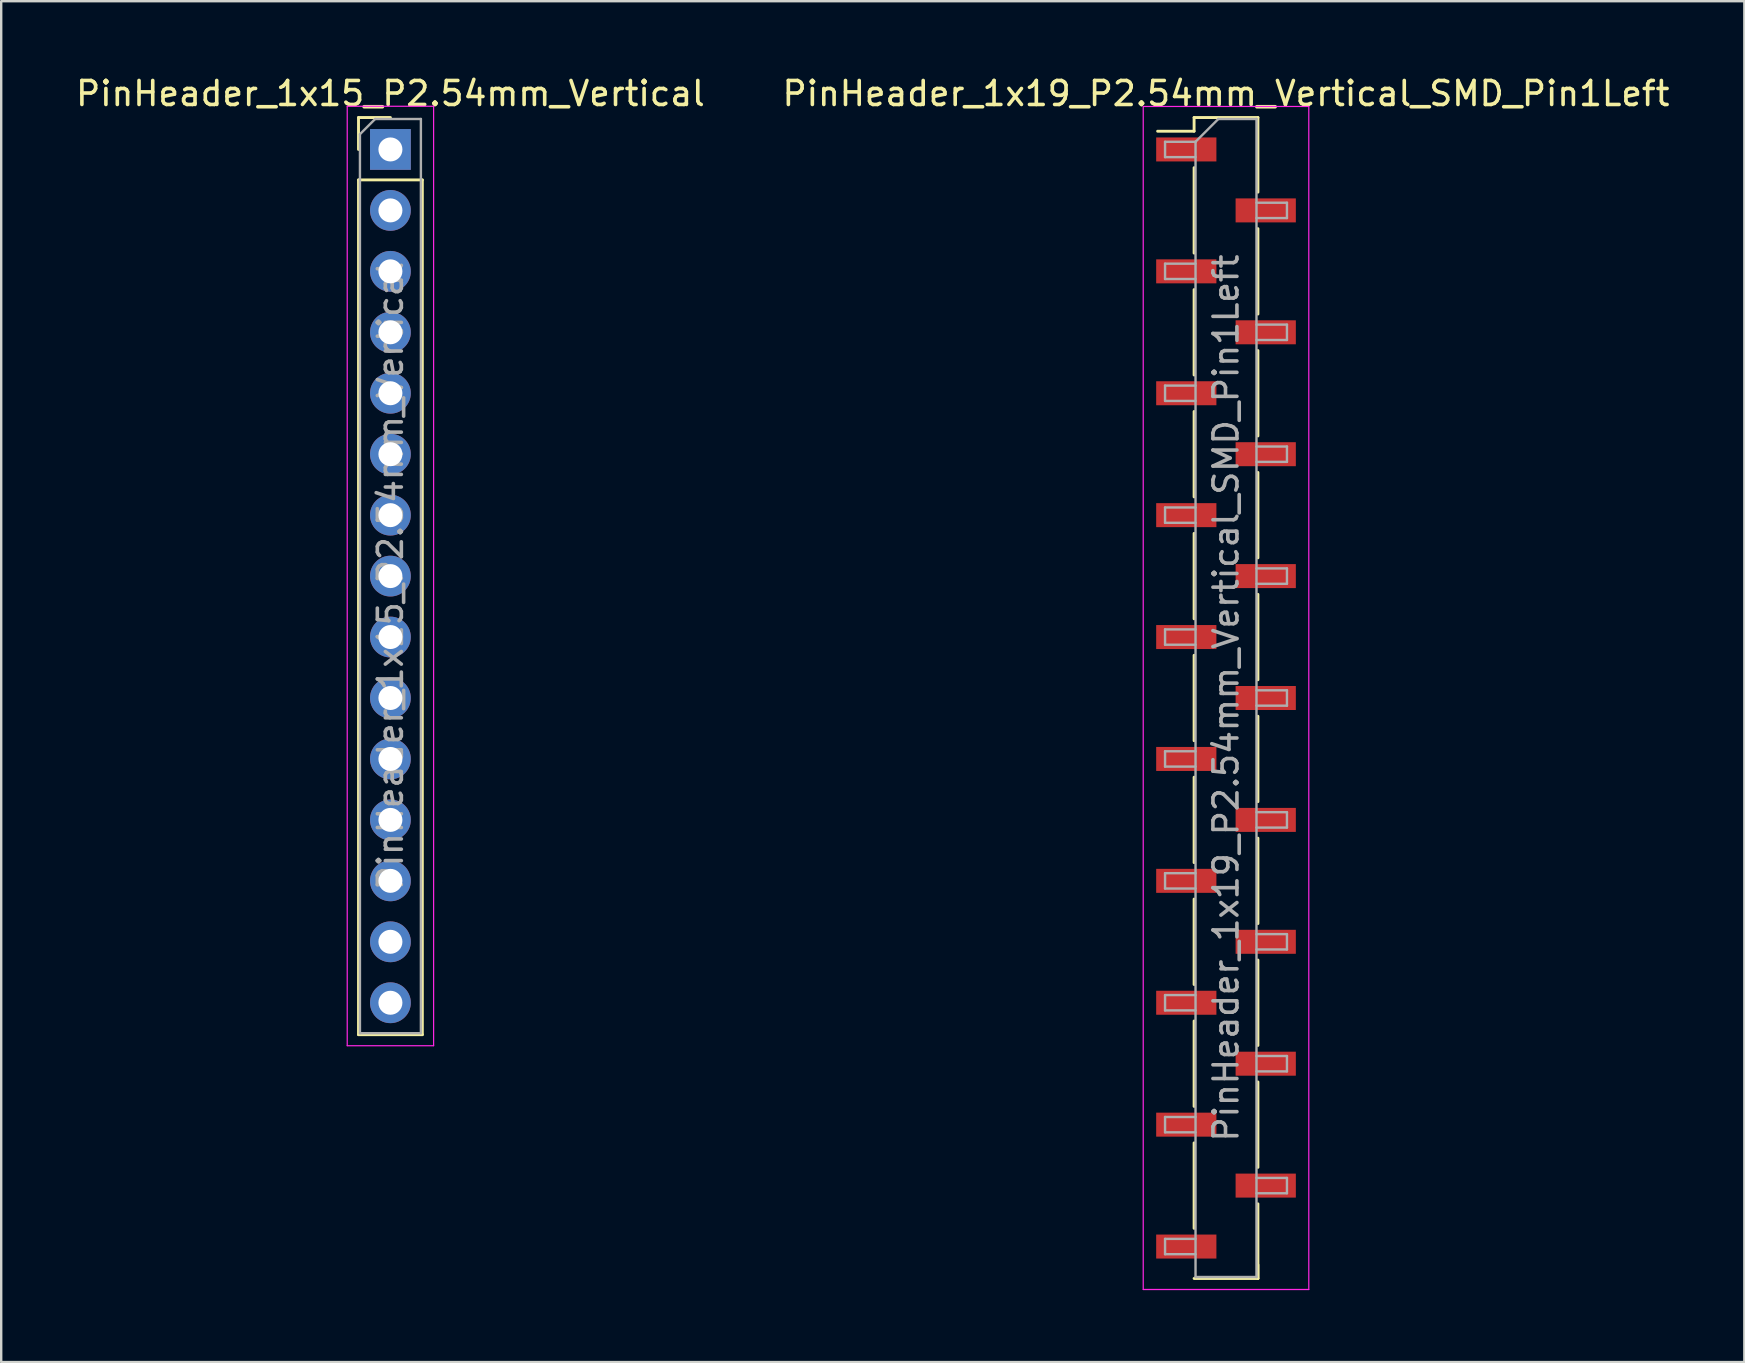
<source format=kicad_pcb>
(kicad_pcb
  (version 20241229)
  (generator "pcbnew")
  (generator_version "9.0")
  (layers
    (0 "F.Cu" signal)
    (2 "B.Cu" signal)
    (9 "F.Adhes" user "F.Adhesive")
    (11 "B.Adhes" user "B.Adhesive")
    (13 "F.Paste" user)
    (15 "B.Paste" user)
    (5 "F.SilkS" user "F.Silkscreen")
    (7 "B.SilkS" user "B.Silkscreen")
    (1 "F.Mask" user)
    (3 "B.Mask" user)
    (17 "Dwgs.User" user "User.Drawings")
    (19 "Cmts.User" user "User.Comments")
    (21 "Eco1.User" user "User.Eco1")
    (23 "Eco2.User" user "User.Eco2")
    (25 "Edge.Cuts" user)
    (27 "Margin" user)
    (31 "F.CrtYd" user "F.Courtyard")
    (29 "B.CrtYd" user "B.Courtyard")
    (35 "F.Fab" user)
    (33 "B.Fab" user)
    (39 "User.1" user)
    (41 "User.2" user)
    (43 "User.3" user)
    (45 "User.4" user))
  (footprint "PinHeader_1x15_P2.54mm_Vertical"
    (layer "F.Cu")
    (at 13.22 3.178)
    (property "Reference" "PinHeader_1x15_P2.54mm_Vertical" (at 0 -2.33 0) (layer "F.SilkS") (effects (font (size 1 1) (thickness 0.15))))
    (attr through_hole)
    (fp_line (start -1.33 -1.33) (end 0 -1.33) (stroke (width 0.12) (type solid)) (layer "F.SilkS"))
    (fp_line (start -1.33 0) (end -1.33 -1.33) (stroke (width 0.12) (type solid)) (layer "F.SilkS"))
    (fp_line (start -1.33 1.27) (end -1.33 36.89) (stroke (width 0.12) (type solid)) (layer "F.SilkS"))
    (fp_line (start -1.33 1.27) (end 1.33 1.27) (stroke (width 0.12) (type solid)) (layer "F.SilkS"))
    (fp_line (start -1.33 36.89) (end 1.33 36.89) (stroke (width 0.12) (type solid)) (layer "F.SilkS"))
    (fp_line (start 1.33 1.27) (end 1.33 36.89) (stroke (width 0.12) (type solid)) (layer "F.SilkS"))
    (fp_line (start -1.8 -1.8) (end -1.8 37.35) (stroke (width 0.05) (type solid)) (layer "F.CrtYd"))
    (fp_line (start -1.8 37.35) (end 1.8 37.35) (stroke (width 0.05) (type solid)) (layer "F.CrtYd"))
    (fp_line (start 1.8 -1.8) (end -1.8 -1.8) (stroke (width 0.05) (type solid)) (layer "F.CrtYd"))
    (fp_line (start 1.8 37.35) (end 1.8 -1.8) (stroke (width 0.05) (type solid)) (layer "F.CrtYd"))
    (fp_line (start -1.27 -0.635) (end -0.635 -1.27) (stroke (width 0.1) (type solid)) (layer "F.Fab"))
    (fp_line (start -1.27 36.83) (end -1.27 -0.635) (stroke (width 0.1) (type solid)) (layer "F.Fab"))
    (fp_line (start -0.635 -1.27) (end 1.27 -1.27) (stroke (width 0.1) (type solid)) (layer "F.Fab"))
    (fp_line (start 1.27 -1.27) (end 1.27 36.83) (stroke (width 0.1) (type solid)) (layer "F.Fab"))
    (fp_line (start 1.27 36.83) (end -1.27 36.83) (stroke (width 0.1) (type solid)) (layer "F.Fab"))
    (fp_text user "${REFERENCE}" (at 0 17.78 90) (layer "F.Fab") (effects (font (size 1 1) (thickness 0.15))))
    (pad "1" thru_hole rect (at 0 0) (size 1.7 1.7) (drill 1) (layers "*.Cu" "*.Mask"))
    (pad "2" thru_hole oval (at 0 2.54) (size 1.7 1.7) (drill 1) (layers "*.Cu" "*.Mask"))
    (pad "3" thru_hole oval (at 0 5.08) (size 1.7 1.7) (drill 1) (layers "*.Cu" "*.Mask"))
    (pad "4" thru_hole oval (at 0 7.62) (size 1.7 1.7) (drill 1) (layers "*.Cu" "*.Mask"))
    (pad "5" thru_hole oval (at 0 10.16) (size 1.7 1.7) (drill 1) (layers "*.Cu" "*.Mask"))
    (pad "6" thru_hole oval (at 0 12.7) (size 1.7 1.7) (drill 1) (layers "*.Cu" "*.Mask"))
    (pad "7" thru_hole oval (at 0 15.24) (size 1.7 1.7) (drill 1) (layers "*.Cu" "*.Mask"))
    (pad "8" thru_hole oval (at 0 17.78) (size 1.7 1.7) (drill 1) (layers "*.Cu" "*.Mask"))
    (pad "9" thru_hole oval (at 0 20.32) (size 1.7 1.7) (drill 1) (layers "*.Cu" "*.Mask"))
    (pad "10" thru_hole oval (at 0 22.86) (size 1.7 1.7) (drill 1) (layers "*.Cu" "*.Mask"))
    (pad "11" thru_hole oval (at 0 25.4) (size 1.7 1.7) (drill 1) (layers "*.Cu" "*.Mask"))
    (pad "12" thru_hole oval (at 0 27.94) (size 1.7 1.7) (drill 1) (layers "*.Cu" "*.Mask"))
    (pad "13" thru_hole oval (at 0 30.48) (size 1.7 1.7) (drill 1) (layers "*.Cu" "*.Mask"))
    (pad "14" thru_hole oval (at 0 33.02) (size 1.7 1.7) (drill 1) (layers "*.Cu" "*.Mask"))
    (pad "15" thru_hole oval (at 0 35.56) (size 1.7 1.7) (drill 1) (layers "*.Cu" "*.Mask")))
  (footprint "PinHeader_1x19_P2.54mm_Vertical_SMD_Pin1Left"
    (layer "F.Cu")
    (at 48.042 26.038)
    (property "Reference" "PinHeader_1x19_P2.54mm_Vertical_SMD_Pin1Left" (at 0 -25.19 0) (layer "F.SilkS") (effects (font (size 1 1) (thickness 0.15))))
    (attr smd)
    (fp_line (start -1.33 -24.19) (end -1.33 -23.62) (stroke (width 0.12) (type solid)) (layer "F.SilkS"))
    (fp_line (start -1.33 -24.19) (end 1.33 -24.19) (stroke (width 0.12) (type solid)) (layer "F.SilkS"))
    (fp_line (start -1.33 -23.62) (end -2.85 -23.62) (stroke (width 0.12) (type solid)) (layer "F.SilkS"))
    (fp_line (start -1.33 -22.1) (end -1.33 -18.54) (stroke (width 0.12) (type solid)) (layer "F.SilkS"))
    (fp_line (start -1.33 -17.02) (end -1.33 -13.46) (stroke (width 0.12) (type solid)) (layer "F.SilkS"))
    (fp_line (start -1.33 -11.94) (end -1.33 -8.38) (stroke (width 0.12) (type solid)) (layer "F.SilkS"))
    (fp_line (start -1.33 -6.86) (end -1.33 -3.3) (stroke (width 0.12) (type solid)) (layer "F.SilkS"))
    (fp_line (start -1.33 -1.78) (end -1.33 1.78) (stroke (width 0.12) (type solid)) (layer "F.SilkS"))
    (fp_line (start -1.33 3.3) (end -1.33 6.86) (stroke (width 0.12) (type solid)) (layer "F.SilkS"))
    (fp_line (start -1.33 8.38) (end -1.33 11.94) (stroke (width 0.12) (type solid)) (layer "F.SilkS"))
    (fp_line (start -1.33 13.46) (end -1.33 17.02) (stroke (width 0.12) (type solid)) (layer "F.SilkS"))
    (fp_line (start -1.33 18.54) (end -1.33 22.1) (stroke (width 0.12) (type solid)) (layer "F.SilkS"))
    (fp_line (start -1.33 24.19) (end 1.33 24.19) (stroke (width 0.12) (type solid)) (layer "F.SilkS"))
    (fp_line (start 1.33 -24.19) (end 1.33 -21.08) (stroke (width 0.12) (type solid)) (layer "F.SilkS"))
    (fp_line (start 1.33 -19.56) (end 1.33 -16) (stroke (width 0.12) (type solid)) (layer "F.SilkS"))
    (fp_line (start 1.33 -14.48) (end 1.33 -10.92) (stroke (width 0.12) (type solid)) (layer "F.SilkS"))
    (fp_line (start 1.33 -9.4) (end 1.33 -5.84) (stroke (width 0.12) (type solid)) (layer "F.SilkS"))
    (fp_line (start 1.33 -4.32) (end 1.33 -0.76) (stroke (width 0.12) (type solid)) (layer "F.SilkS"))
    (fp_line (start 1.33 0.76) (end 1.33 4.32) (stroke (width 0.12) (type solid)) (layer "F.SilkS"))
    (fp_line (start 1.33 5.84) (end 1.33 9.4) (stroke (width 0.12) (type solid)) (layer "F.SilkS"))
    (fp_line (start 1.33 10.92) (end 1.33 14.48) (stroke (width 0.12) (type solid)) (layer "F.SilkS"))
    (fp_line (start 1.33 16) (end 1.33 19.56) (stroke (width 0.12) (type solid)) (layer "F.SilkS"))
    (fp_line (start 1.33 21.08) (end 1.33 24.19) (stroke (width 0.12) (type solid)) (layer "F.SilkS"))
    (fp_line (start 1.33 23.62) (end 1.33 24.19) (stroke (width 0.12) (type solid)) (layer "F.SilkS"))
    (fp_line (start -3.45 -24.65) (end -3.45 24.65) (stroke (width 0.05) (type solid)) (layer "F.CrtYd"))
    (fp_line (start -3.45 24.65) (end 3.45 24.65) (stroke (width 0.05) (type solid)) (layer "F.CrtYd"))
    (fp_line (start 3.45 -24.65) (end -3.45 -24.65) (stroke (width 0.05) (type solid)) (layer "F.CrtYd"))
    (fp_line (start 3.45 24.65) (end 3.45 -24.65) (stroke (width 0.05) (type solid)) (layer "F.CrtYd"))
    (fp_line (start -2.54 -23.18) (end -2.54 -22.54) (stroke (width 0.1) (type solid)) (layer "F.Fab"))
    (fp_line (start -2.54 -22.54) (end -1.27 -22.54) (stroke (width 0.1) (type solid)) (layer "F.Fab"))
    (fp_line (start -2.54 -18.1) (end -2.54 -17.46) (stroke (width 0.1) (type solid)) (layer "F.Fab"))
    (fp_line (start -2.54 -17.46) (end -1.27 -17.46) (stroke (width 0.1) (type solid)) (layer "F.Fab"))
    (fp_line (start -2.54 -13.02) (end -2.54 -12.38) (stroke (width 0.1) (type solid)) (layer "F.Fab"))
    (fp_line (start -2.54 -12.38) (end -1.27 -12.38) (stroke (width 0.1) (type solid)) (layer "F.Fab"))
    (fp_line (start -2.54 -7.94) (end -2.54 -7.3) (stroke (width 0.1) (type solid)) (layer "F.Fab"))
    (fp_line (start -2.54 -7.3) (end -1.27 -7.3) (stroke (width 0.1) (type solid)) (layer "F.Fab"))
    (fp_line (start -2.54 -2.86) (end -2.54 -2.22) (stroke (width 0.1) (type solid)) (layer "F.Fab"))
    (fp_line (start -2.54 -2.22) (end -1.27 -2.22) (stroke (width 0.1) (type solid)) (layer "F.Fab"))
    (fp_line (start -2.54 2.22) (end -2.54 2.86) (stroke (width 0.1) (type solid)) (layer "F.Fab"))
    (fp_line (start -2.54 2.86) (end -1.27 2.86) (stroke (width 0.1) (type solid)) (layer "F.Fab"))
    (fp_line (start -2.54 7.3) (end -2.54 7.94) (stroke (width 0.1) (type solid)) (layer "F.Fab"))
    (fp_line (start -2.54 7.94) (end -1.27 7.94) (stroke (width 0.1) (type solid)) (layer "F.Fab"))
    (fp_line (start -2.54 12.38) (end -2.54 13.02) (stroke (width 0.1) (type solid)) (layer "F.Fab"))
    (fp_line (start -2.54 13.02) (end -1.27 13.02) (stroke (width 0.1) (type solid)) (layer "F.Fab"))
    (fp_line (start -2.54 17.46) (end -2.54 18.1) (stroke (width 0.1) (type solid)) (layer "F.Fab"))
    (fp_line (start -2.54 18.1) (end -1.27 18.1) (stroke (width 0.1) (type solid)) (layer "F.Fab"))
    (fp_line (start -2.54 22.54) (end -2.54 23.18) (stroke (width 0.1) (type solid)) (layer "F.Fab"))
    (fp_line (start -2.54 23.18) (end -1.27 23.18) (stroke (width 0.1) (type solid)) (layer "F.Fab"))
    (fp_line (start -1.27 -23.18) (end -2.54 -23.18) (stroke (width 0.1) (type solid)) (layer "F.Fab"))
    (fp_line (start -1.27 -23.18) (end -0.32 -24.13) (stroke (width 0.1) (type solid)) (layer "F.Fab"))
    (fp_line (start -1.27 -18.1) (end -2.54 -18.1) (stroke (width 0.1) (type solid)) (layer "F.Fab"))
    (fp_line (start -1.27 -13.02) (end -2.54 -13.02) (stroke (width 0.1) (type solid)) (layer "F.Fab"))
    (fp_line (start -1.27 -7.94) (end -2.54 -7.94) (stroke (width 0.1) (type solid)) (layer "F.Fab"))
    (fp_line (start -1.27 -2.86) (end -2.54 -2.86) (stroke (width 0.1) (type solid)) (layer "F.Fab"))
    (fp_line (start -1.27 2.22) (end -2.54 2.22) (stroke (width 0.1) (type solid)) (layer "F.Fab"))
    (fp_line (start -1.27 7.3) (end -2.54 7.3) (stroke (width 0.1) (type solid)) (layer "F.Fab"))
    (fp_line (start -1.27 12.38) (end -2.54 12.38) (stroke (width 0.1) (type solid)) (layer "F.Fab"))
    (fp_line (start -1.27 17.46) (end -2.54 17.46) (stroke (width 0.1) (type solid)) (layer "F.Fab"))
    (fp_line (start -1.27 22.54) (end -2.54 22.54) (stroke (width 0.1) (type solid)) (layer "F.Fab"))
    (fp_line (start -1.27 24.13) (end -1.27 -23.18) (stroke (width 0.1) (type solid)) (layer "F.Fab"))
    (fp_line (start -0.32 -24.13) (end 1.27 -24.13) (stroke (width 0.1) (type solid)) (layer "F.Fab"))
    (fp_line (start 1.27 -24.13) (end 1.27 24.13) (stroke (width 0.1) (type solid)) (layer "F.Fab"))
    (fp_line (start 1.27 -20.64) (end 2.54 -20.64) (stroke (width 0.1) (type solid)) (layer "F.Fab"))
    (fp_line (start 1.27 -15.56) (end 2.54 -15.56) (stroke (width 0.1) (type solid)) (layer "F.Fab"))
    (fp_line (start 1.27 -10.48) (end 2.54 -10.48) (stroke (width 0.1) (type solid)) (layer "F.Fab"))
    (fp_line (start 1.27 -5.4) (end 2.54 -5.4) (stroke (width 0.1) (type solid)) (layer "F.Fab"))
    (fp_line (start 1.27 -0.32) (end 2.54 -0.32) (stroke (width 0.1) (type solid)) (layer "F.Fab"))
    (fp_line (start 1.27 4.76) (end 2.54 4.76) (stroke (width 0.1) (type solid)) (layer "F.Fab"))
    (fp_line (start 1.27 9.84) (end 2.54 9.84) (stroke (width 0.1) (type solid)) (layer "F.Fab"))
    (fp_line (start 1.27 14.92) (end 2.54 14.92) (stroke (width 0.1) (type solid)) (layer "F.Fab"))
    (fp_line (start 1.27 20) (end 2.54 20) (stroke (width 0.1) (type solid)) (layer "F.Fab"))
    (fp_line (start 1.27 24.13) (end -1.27 24.13) (stroke (width 0.1) (type solid)) (layer "F.Fab"))
    (fp_line (start 2.54 -20.64) (end 2.54 -20) (stroke (width 0.1) (type solid)) (layer "F.Fab"))
    (fp_line (start 2.54 -20) (end 1.27 -20) (stroke (width 0.1) (type solid)) (layer "F.Fab"))
    (fp_line (start 2.54 -15.56) (end 2.54 -14.92) (stroke (width 0.1) (type solid)) (layer "F.Fab"))
    (fp_line (start 2.54 -14.92) (end 1.27 -14.92) (stroke (width 0.1) (type solid)) (layer "F.Fab"))
    (fp_line (start 2.54 -10.48) (end 2.54 -9.84) (stroke (width 0.1) (type solid)) (layer "F.Fab"))
    (fp_line (start 2.54 -9.84) (end 1.27 -9.84) (stroke (width 0.1) (type solid)) (layer "F.Fab"))
    (fp_line (start 2.54 -5.4) (end 2.54 -4.76) (stroke (width 0.1) (type solid)) (layer "F.Fab"))
    (fp_line (start 2.54 -4.76) (end 1.27 -4.76) (stroke (width 0.1) (type solid)) (layer "F.Fab"))
    (fp_line (start 2.54 -0.32) (end 2.54 0.32) (stroke (width 0.1) (type solid)) (layer "F.Fab"))
    (fp_line (start 2.54 0.32) (end 1.27 0.32) (stroke (width 0.1) (type solid)) (layer "F.Fab"))
    (fp_line (start 2.54 4.76) (end 2.54 5.4) (stroke (width 0.1) (type solid)) (layer "F.Fab"))
    (fp_line (start 2.54 5.4) (end 1.27 5.4) (stroke (width 0.1) (type solid)) (layer "F.Fab"))
    (fp_line (start 2.54 9.84) (end 2.54 10.48) (stroke (width 0.1) (type solid)) (layer "F.Fab"))
    (fp_line (start 2.54 10.48) (end 1.27 10.48) (stroke (width 0.1) (type solid)) (layer "F.Fab"))
    (fp_line (start 2.54 14.92) (end 2.54 15.56) (stroke (width 0.1) (type solid)) (layer "F.Fab"))
    (fp_line (start 2.54 15.56) (end 1.27 15.56) (stroke (width 0.1) (type solid)) (layer "F.Fab"))
    (fp_line (start 2.54 20) (end 2.54 20.64) (stroke (width 0.1) (type solid)) (layer "F.Fab"))
    (fp_line (start 2.54 20.64) (end 1.27 20.64) (stroke (width 0.1) (type solid)) (layer "F.Fab"))
    (fp_text user "${REFERENCE}" (at 0 0 90) (layer "F.Fab") (effects (font (size 1 1) (thickness 0.15))))
    (pad "1" smd rect (at -1.655 -22.86) (size 2.51 1) (layers "F.Cu" "F.Mask" "F.Paste"))
    (pad "2" smd rect (at 1.655 -20.32) (size 2.51 1) (layers "F.Cu" "F.Mask" "F.Paste"))
    (pad "3" smd rect (at -1.655 -17.78) (size 2.51 1) (layers "F.Cu" "F.Mask" "F.Paste"))
    (pad "4" smd rect (at 1.655 -15.24) (size 2.51 1) (layers "F.Cu" "F.Mask" "F.Paste"))
    (pad "5" smd rect (at -1.655 -12.7) (size 2.51 1) (layers "F.Cu" "F.Mask" "F.Paste"))
    (pad "6" smd rect (at 1.655 -10.16) (size 2.51 1) (layers "F.Cu" "F.Mask" "F.Paste"))
    (pad "7" smd rect (at -1.655 -7.62) (size 2.51 1) (layers "F.Cu" "F.Mask" "F.Paste"))
    (pad "8" smd rect (at 1.655 -5.08) (size 2.51 1) (layers "F.Cu" "F.Mask" "F.Paste"))
    (pad "9" smd rect (at -1.655 -2.54) (size 2.51 1) (layers "F.Cu" "F.Mask" "F.Paste"))
    (pad "10" smd rect (at 1.655 0) (size 2.51 1) (layers "F.Cu" "F.Mask" "F.Paste"))
    (pad "11" smd rect (at -1.655 2.54) (size 2.51 1) (layers "F.Cu" "F.Mask" "F.Paste"))
    (pad "12" smd rect (at 1.655 5.08) (size 2.51 1) (layers "F.Cu" "F.Mask" "F.Paste"))
    (pad "13" smd rect (at -1.655 7.62) (size 2.51 1) (layers "F.Cu" "F.Mask" "F.Paste"))
    (pad "14" smd rect (at 1.655 10.16) (size 2.51 1) (layers "F.Cu" "F.Mask" "F.Paste"))
    (pad "15" smd rect (at -1.655 12.7) (size 2.51 1) (layers "F.Cu" "F.Mask" "F.Paste"))
    (pad "16" smd rect (at 1.655 15.24) (size 2.51 1) (layers "F.Cu" "F.Mask" "F.Paste"))
    (pad "17" smd rect (at -1.655 17.78) (size 2.51 1) (layers "F.Cu" "F.Mask" "F.Paste"))
    (pad "18" smd rect (at 1.655 20.32) (size 2.51 1) (layers "F.Cu" "F.Mask" "F.Paste"))
    (pad "19" smd rect (at -1.655 22.86) (size 2.51 1) (layers "F.Cu" "F.Mask" "F.Paste")))
  (gr_rect
    (start -3 -3)
    (end 69.643 53.713)
    (stroke (width 0.1) (type default))
    (fill no)
    (layer "Edge.Cuts")))
</source>
